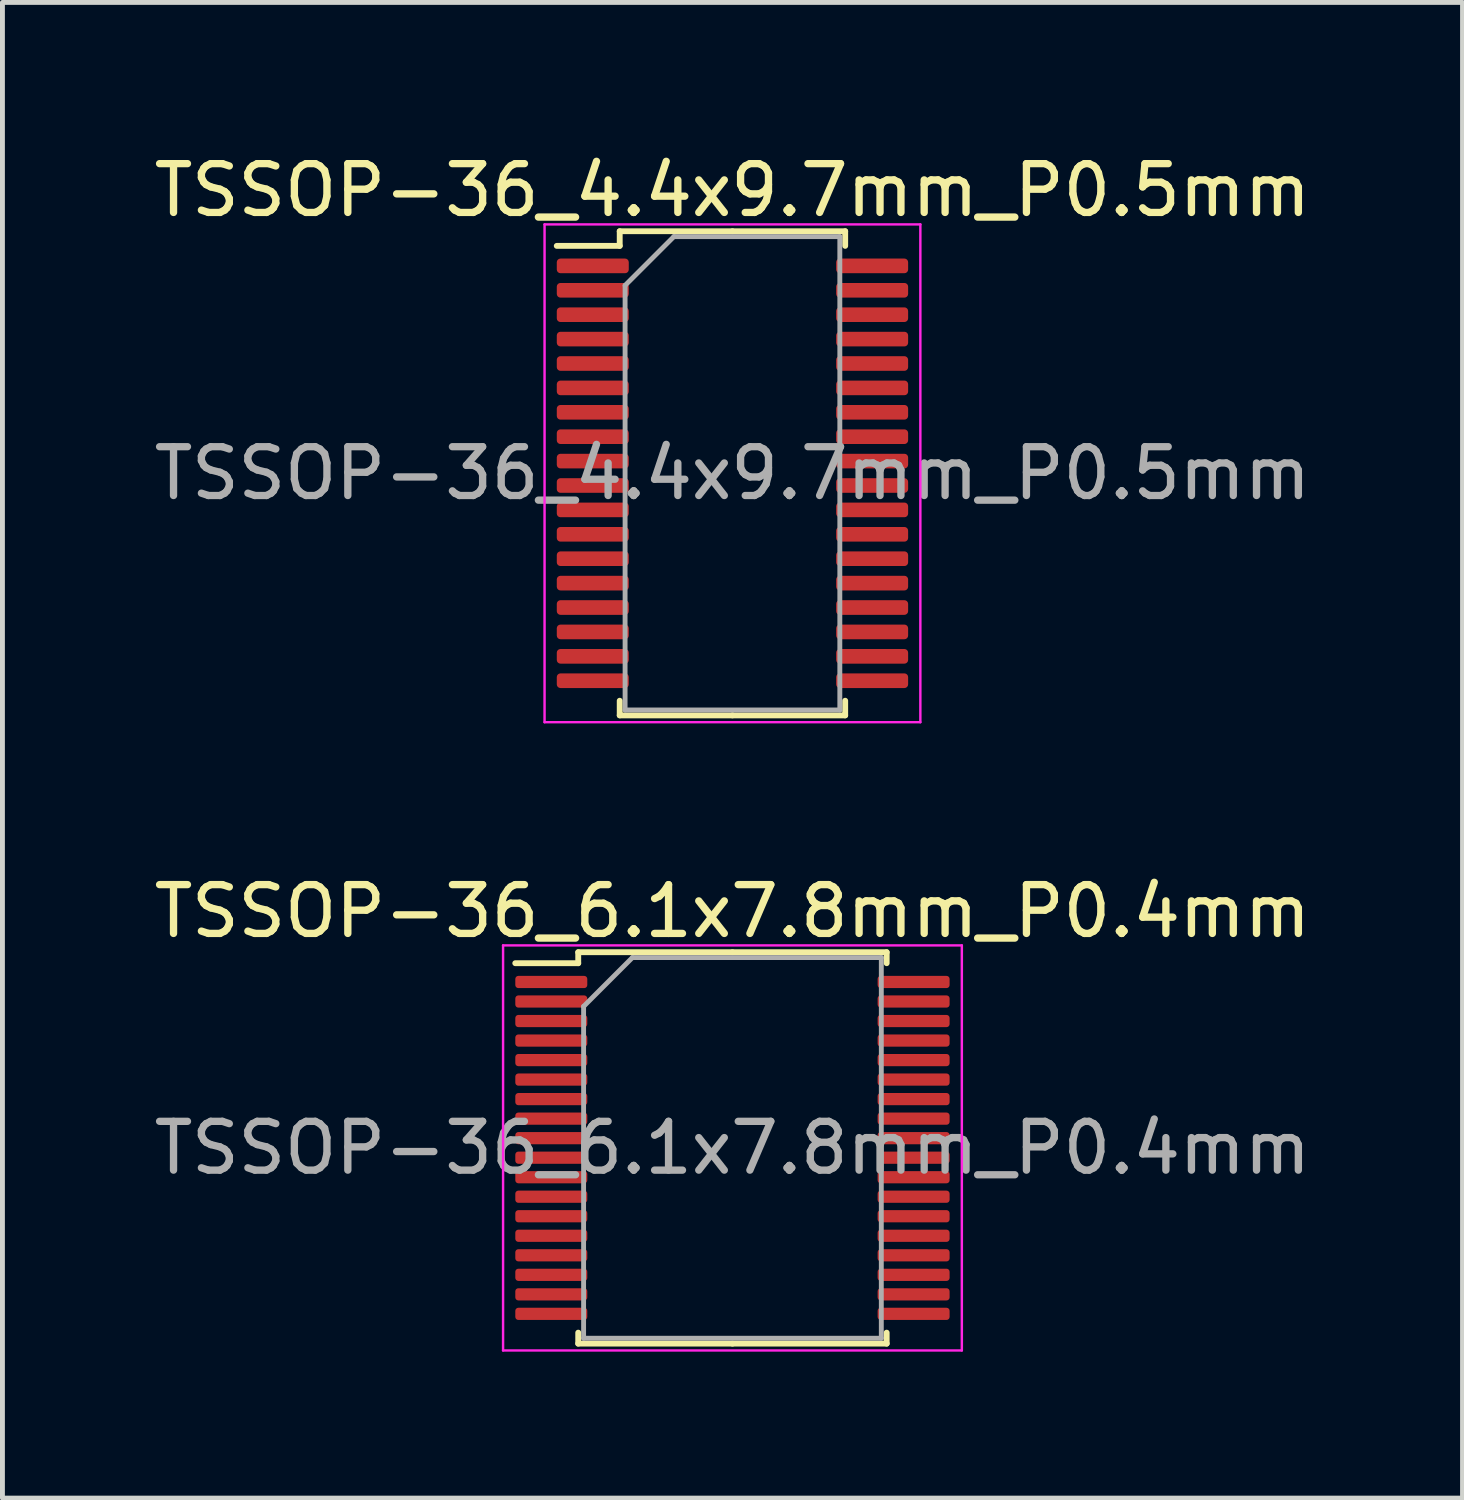
<source format=kicad_pcb>
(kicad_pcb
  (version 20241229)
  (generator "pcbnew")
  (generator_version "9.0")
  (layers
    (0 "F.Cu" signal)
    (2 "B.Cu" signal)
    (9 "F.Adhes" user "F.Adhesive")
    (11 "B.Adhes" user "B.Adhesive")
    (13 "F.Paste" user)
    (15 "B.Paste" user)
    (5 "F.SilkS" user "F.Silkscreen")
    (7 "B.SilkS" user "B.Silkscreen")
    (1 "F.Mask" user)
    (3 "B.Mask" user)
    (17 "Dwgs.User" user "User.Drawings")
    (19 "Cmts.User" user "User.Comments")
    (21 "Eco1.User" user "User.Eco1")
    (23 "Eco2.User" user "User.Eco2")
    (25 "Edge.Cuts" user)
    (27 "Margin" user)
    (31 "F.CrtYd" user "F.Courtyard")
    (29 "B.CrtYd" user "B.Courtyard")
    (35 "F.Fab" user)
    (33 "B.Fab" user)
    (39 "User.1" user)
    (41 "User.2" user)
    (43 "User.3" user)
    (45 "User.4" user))
  (footprint "TSSOP-36_6.1x7.8mm_P0.4mm"
    (layer "F.Cu")
    (at 11.958 20.471)
    (property "Reference" "TSSOP-36_6.1x7.8mm_P0.4mm" (at 0 -4.85 0) (layer "F.SilkS") (effects (font (size 1 1) (thickness 0.15))))
    (attr smd)
    (fp_line (start -3.16 -4.01) (end -3.16 -3.785) (stroke (width 0.12) (type solid)) (layer "F.SilkS"))
    (fp_line (start -3.16 -3.785) (end -4.45 -3.785) (stroke (width 0.12) (type solid)) (layer "F.SilkS"))
    (fp_line (start -3.16 4.01) (end -3.16 3.785) (stroke (width 0.12) (type solid)) (layer "F.SilkS"))
    (fp_line (start 0 -4.01) (end -3.16 -4.01) (stroke (width 0.12) (type solid)) (layer "F.SilkS"))
    (fp_line (start 0 -4.01) (end 3.16 -4.01) (stroke (width 0.12) (type solid)) (layer "F.SilkS"))
    (fp_line (start 0 4.01) (end -3.16 4.01) (stroke (width 0.12) (type solid)) (layer "F.SilkS"))
    (fp_line (start 0 4.01) (end 3.16 4.01) (stroke (width 0.12) (type solid)) (layer "F.SilkS"))
    (fp_line (start 3.16 -4.01) (end 3.16 -3.785) (stroke (width 0.12) (type solid)) (layer "F.SilkS"))
    (fp_line (start 3.16 4.01) (end 3.16 3.785) (stroke (width 0.12) (type solid)) (layer "F.SilkS"))
    (fp_line (start -4.7 -4.15) (end -4.7 4.15) (stroke (width 0.05) (type solid)) (layer "F.CrtYd"))
    (fp_line (start -4.7 4.15) (end 4.7 4.15) (stroke (width 0.05) (type solid)) (layer "F.CrtYd"))
    (fp_line (start 4.7 -4.15) (end -4.7 -4.15) (stroke (width 0.05) (type solid)) (layer "F.CrtYd"))
    (fp_line (start 4.7 4.15) (end 4.7 -4.15) (stroke (width 0.05) (type solid)) (layer "F.CrtYd"))
    (fp_line (start -3.05 -2.9) (end -2.05 -3.9) (stroke (width 0.1) (type solid)) (layer "F.Fab"))
    (fp_line (start -3.05 3.9) (end -3.05 -2.9) (stroke (width 0.1) (type solid)) (layer "F.Fab"))
    (fp_line (start -2.05 -3.9) (end 3.05 -3.9) (stroke (width 0.1) (type solid)) (layer "F.Fab"))
    (fp_line (start 3.05 -3.9) (end 3.05 3.9) (stroke (width 0.1) (type solid)) (layer "F.Fab"))
    (fp_line (start 3.05 3.9) (end -3.05 3.9) (stroke (width 0.1) (type solid)) (layer "F.Fab"))
    (fp_text user "${REFERENCE}" (at 0 0 0) (layer "F.Fab") (effects (font (size 1 1) (thickness 0.15))))
    (pad "1" smd roundrect (at -3.712 -3.4) (size 1.475 0.25) (layers "F.Cu" "F.Mask" "F.Paste") (roundrect_rratio 0.25))
    (pad "2" smd roundrect (at -3.712 -3) (size 1.475 0.25) (layers "F.Cu" "F.Mask" "F.Paste") (roundrect_rratio 0.25))
    (pad "3" smd roundrect (at -3.712 -2.6) (size 1.475 0.25) (layers "F.Cu" "F.Mask" "F.Paste") (roundrect_rratio 0.25))
    (pad "4" smd roundrect (at -3.712 -2.2) (size 1.475 0.25) (layers "F.Cu" "F.Mask" "F.Paste") (roundrect_rratio 0.25))
    (pad "5" smd roundrect (at -3.712 -1.8) (size 1.475 0.25) (layers "F.Cu" "F.Mask" "F.Paste") (roundrect_rratio 0.25))
    (pad "6" smd roundrect (at -3.712 -1.4) (size 1.475 0.25) (layers "F.Cu" "F.Mask" "F.Paste") (roundrect_rratio 0.25))
    (pad "7" smd roundrect (at -3.712 -1) (size 1.475 0.25) (layers "F.Cu" "F.Mask" "F.Paste") (roundrect_rratio 0.25))
    (pad "8" smd roundrect (at -3.712 -0.6) (size 1.475 0.25) (layers "F.Cu" "F.Mask" "F.Paste") (roundrect_rratio 0.25))
    (pad "9" smd roundrect (at -3.712 -0.2) (size 1.475 0.25) (layers "F.Cu" "F.Mask" "F.Paste") (roundrect_rratio 0.25))
    (pad "10" smd roundrect (at -3.712 0.2) (size 1.475 0.25) (layers "F.Cu" "F.Mask" "F.Paste") (roundrect_rratio 0.25))
    (pad "11" smd roundrect (at -3.712 0.6) (size 1.475 0.25) (layers "F.Cu" "F.Mask" "F.Paste") (roundrect_rratio 0.25))
    (pad "12" smd roundrect (at -3.712 1) (size 1.475 0.25) (layers "F.Cu" "F.Mask" "F.Paste") (roundrect_rratio 0.25))
    (pad "13" smd roundrect (at -3.712 1.4) (size 1.475 0.25) (layers "F.Cu" "F.Mask" "F.Paste") (roundrect_rratio 0.25))
    (pad "14" smd roundrect (at -3.712 1.8) (size 1.475 0.25) (layers "F.Cu" "F.Mask" "F.Paste") (roundrect_rratio 0.25))
    (pad "15" smd roundrect (at -3.712 2.2) (size 1.475 0.25) (layers "F.Cu" "F.Mask" "F.Paste") (roundrect_rratio 0.25))
    (pad "16" smd roundrect (at -3.712 2.6) (size 1.475 0.25) (layers "F.Cu" "F.Mask" "F.Paste") (roundrect_rratio 0.25))
    (pad "17" smd roundrect (at -3.712 3) (size 1.475 0.25) (layers "F.Cu" "F.Mask" "F.Paste") (roundrect_rratio 0.25))
    (pad "18" smd roundrect (at -3.712 3.4) (size 1.475 0.25) (layers "F.Cu" "F.Mask" "F.Paste") (roundrect_rratio 0.25))
    (pad "19" smd roundrect (at 3.712 3.4) (size 1.475 0.25) (layers "F.Cu" "F.Mask" "F.Paste") (roundrect_rratio 0.25))
    (pad "20" smd roundrect (at 3.712 3) (size 1.475 0.25) (layers "F.Cu" "F.Mask" "F.Paste") (roundrect_rratio 0.25))
    (pad "21" smd roundrect (at 3.712 2.6) (size 1.475 0.25) (layers "F.Cu" "F.Mask" "F.Paste") (roundrect_rratio 0.25))
    (pad "22" smd roundrect (at 3.712 2.2) (size 1.475 0.25) (layers "F.Cu" "F.Mask" "F.Paste") (roundrect_rratio 0.25))
    (pad "23" smd roundrect (at 3.712 1.8) (size 1.475 0.25) (layers "F.Cu" "F.Mask" "F.Paste") (roundrect_rratio 0.25))
    (pad "24" smd roundrect (at 3.712 1.4) (size 1.475 0.25) (layers "F.Cu" "F.Mask" "F.Paste") (roundrect_rratio 0.25))
    (pad "25" smd roundrect (at 3.712 1) (size 1.475 0.25) (layers "F.Cu" "F.Mask" "F.Paste") (roundrect_rratio 0.25))
    (pad "26" smd roundrect (at 3.712 0.6) (size 1.475 0.25) (layers "F.Cu" "F.Mask" "F.Paste") (roundrect_rratio 0.25))
    (pad "27" smd roundrect (at 3.712 0.2) (size 1.475 0.25) (layers "F.Cu" "F.Mask" "F.Paste") (roundrect_rratio 0.25))
    (pad "28" smd roundrect (at 3.712 -0.2) (size 1.475 0.25) (layers "F.Cu" "F.Mask" "F.Paste") (roundrect_rratio 0.25))
    (pad "29" smd roundrect (at 3.712 -0.6) (size 1.475 0.25) (layers "F.Cu" "F.Mask" "F.Paste") (roundrect_rratio 0.25))
    (pad "30" smd roundrect (at 3.712 -1) (size 1.475 0.25) (layers "F.Cu" "F.Mask" "F.Paste") (roundrect_rratio 0.25))
    (pad "31" smd roundrect (at 3.712 -1.4) (size 1.475 0.25) (layers "F.Cu" "F.Mask" "F.Paste") (roundrect_rratio 0.25))
    (pad "32" smd roundrect (at 3.712 -1.8) (size 1.475 0.25) (layers "F.Cu" "F.Mask" "F.Paste") (roundrect_rratio 0.25))
    (pad "33" smd roundrect (at 3.712 -2.2) (size 1.475 0.25) (layers "F.Cu" "F.Mask" "F.Paste") (roundrect_rratio 0.25))
    (pad "34" smd roundrect (at 3.712 -2.6) (size 1.475 0.25) (layers "F.Cu" "F.Mask" "F.Paste") (roundrect_rratio 0.25))
    (pad "35" smd roundrect (at 3.712 -3) (size 1.475 0.25) (layers "F.Cu" "F.Mask" "F.Paste") (roundrect_rratio 0.25))
    (pad "36" smd roundrect (at 3.712 -3.4) (size 1.475 0.25) (layers "F.Cu" "F.Mask" "F.Paste") (roundrect_rratio 0.25)))
  (footprint "TSSOP-36_4.4x9.7mm_P0.5mm"
    (layer "F.Cu")
    (at 11.958 6.648)
    (property "Reference" "TSSOP-36_4.4x9.7mm_P0.5mm" (at 0 -5.8 0) (layer "F.SilkS") (effects (font (size 1 1) (thickness 0.15))))
    (attr smd)
    (fp_line (start -2.31 -4.96) (end -2.31 -4.66) (stroke (width 0.12) (type solid)) (layer "F.SilkS"))
    (fp_line (start -2.31 -4.66) (end -3.6 -4.66) (stroke (width 0.12) (type solid)) (layer "F.SilkS"))
    (fp_line (start -2.31 4.96) (end -2.31 4.66) (stroke (width 0.12) (type solid)) (layer "F.SilkS"))
    (fp_line (start 0 -4.96) (end -2.31 -4.96) (stroke (width 0.12) (type solid)) (layer "F.SilkS"))
    (fp_line (start 0 -4.96) (end 2.31 -4.96) (stroke (width 0.12) (type solid)) (layer "F.SilkS"))
    (fp_line (start 0 4.96) (end -2.31 4.96) (stroke (width 0.12) (type solid)) (layer "F.SilkS"))
    (fp_line (start 0 4.96) (end 2.31 4.96) (stroke (width 0.12) (type solid)) (layer "F.SilkS"))
    (fp_line (start 2.31 -4.96) (end 2.31 -4.66) (stroke (width 0.12) (type solid)) (layer "F.SilkS"))
    (fp_line (start 2.31 4.96) (end 2.31 4.66) (stroke (width 0.12) (type solid)) (layer "F.SilkS"))
    (fp_line (start -3.85 -5.1) (end -3.85 5.1) (stroke (width 0.05) (type solid)) (layer "F.CrtYd"))
    (fp_line (start -3.85 5.1) (end 3.85 5.1) (stroke (width 0.05) (type solid)) (layer "F.CrtYd"))
    (fp_line (start 3.85 -5.1) (end -3.85 -5.1) (stroke (width 0.05) (type solid)) (layer "F.CrtYd"))
    (fp_line (start 3.85 5.1) (end 3.85 -5.1) (stroke (width 0.05) (type solid)) (layer "F.CrtYd"))
    (fp_line (start -2.2 -3.85) (end -1.2 -4.85) (stroke (width 0.1) (type solid)) (layer "F.Fab"))
    (fp_line (start -2.2 4.85) (end -2.2 -3.85) (stroke (width 0.1) (type solid)) (layer "F.Fab"))
    (fp_line (start -1.2 -4.85) (end 2.2 -4.85) (stroke (width 0.1) (type solid)) (layer "F.Fab"))
    (fp_line (start 2.2 -4.85) (end 2.2 4.85) (stroke (width 0.1) (type solid)) (layer "F.Fab"))
    (fp_line (start 2.2 4.85) (end -2.2 4.85) (stroke (width 0.1) (type solid)) (layer "F.Fab"))
    (fp_text user "${REFERENCE}" (at 0 0 0) (layer "F.Fab") (effects (font (size 1 1) (thickness 0.15))))
    (pad "1" smd roundrect (at -2.862 -4.25) (size 1.475 0.3) (layers "F.Cu" "F.Mask" "F.Paste") (roundrect_rratio 0.25))
    (pad "2" smd roundrect (at -2.862 -3.75) (size 1.475 0.3) (layers "F.Cu" "F.Mask" "F.Paste") (roundrect_rratio 0.25))
    (pad "3" smd roundrect (at -2.862 -3.25) (size 1.475 0.3) (layers "F.Cu" "F.Mask" "F.Paste") (roundrect_rratio 0.25))
    (pad "4" smd roundrect (at -2.862 -2.75) (size 1.475 0.3) (layers "F.Cu" "F.Mask" "F.Paste") (roundrect_rratio 0.25))
    (pad "5" smd roundrect (at -2.862 -2.25) (size 1.475 0.3) (layers "F.Cu" "F.Mask" "F.Paste") (roundrect_rratio 0.25))
    (pad "6" smd roundrect (at -2.862 -1.75) (size 1.475 0.3) (layers "F.Cu" "F.Mask" "F.Paste") (roundrect_rratio 0.25))
    (pad "7" smd roundrect (at -2.862 -1.25) (size 1.475 0.3) (layers "F.Cu" "F.Mask" "F.Paste") (roundrect_rratio 0.25))
    (pad "8" smd roundrect (at -2.862 -0.75) (size 1.475 0.3) (layers "F.Cu" "F.Mask" "F.Paste") (roundrect_rratio 0.25))
    (pad "9" smd roundrect (at -2.862 -0.25) (size 1.475 0.3) (layers "F.Cu" "F.Mask" "F.Paste") (roundrect_rratio 0.25))
    (pad "10" smd roundrect (at -2.862 0.25) (size 1.475 0.3) (layers "F.Cu" "F.Mask" "F.Paste") (roundrect_rratio 0.25))
    (pad "11" smd roundrect (at -2.862 0.75) (size 1.475 0.3) (layers "F.Cu" "F.Mask" "F.Paste") (roundrect_rratio 0.25))
    (pad "12" smd roundrect (at -2.862 1.25) (size 1.475 0.3) (layers "F.Cu" "F.Mask" "F.Paste") (roundrect_rratio 0.25))
    (pad "13" smd roundrect (at -2.862 1.75) (size 1.475 0.3) (layers "F.Cu" "F.Mask" "F.Paste") (roundrect_rratio 0.25))
    (pad "14" smd roundrect (at -2.862 2.25) (size 1.475 0.3) (layers "F.Cu" "F.Mask" "F.Paste") (roundrect_rratio 0.25))
    (pad "15" smd roundrect (at -2.862 2.75) (size 1.475 0.3) (layers "F.Cu" "F.Mask" "F.Paste") (roundrect_rratio 0.25))
    (pad "16" smd roundrect (at -2.862 3.25) (size 1.475 0.3) (layers "F.Cu" "F.Mask" "F.Paste") (roundrect_rratio 0.25))
    (pad "17" smd roundrect (at -2.862 3.75) (size 1.475 0.3) (layers "F.Cu" "F.Mask" "F.Paste") (roundrect_rratio 0.25))
    (pad "18" smd roundrect (at -2.862 4.25) (size 1.475 0.3) (layers "F.Cu" "F.Mask" "F.Paste") (roundrect_rratio 0.25))
    (pad "19" smd roundrect (at 2.862 4.25) (size 1.475 0.3) (layers "F.Cu" "F.Mask" "F.Paste") (roundrect_rratio 0.25))
    (pad "20" smd roundrect (at 2.862 3.75) (size 1.475 0.3) (layers "F.Cu" "F.Mask" "F.Paste") (roundrect_rratio 0.25))
    (pad "21" smd roundrect (at 2.862 3.25) (size 1.475 0.3) (layers "F.Cu" "F.Mask" "F.Paste") (roundrect_rratio 0.25))
    (pad "22" smd roundrect (at 2.862 2.75) (size 1.475 0.3) (layers "F.Cu" "F.Mask" "F.Paste") (roundrect_rratio 0.25))
    (pad "23" smd roundrect (at 2.862 2.25) (size 1.475 0.3) (layers "F.Cu" "F.Mask" "F.Paste") (roundrect_rratio 0.25))
    (pad "24" smd roundrect (at 2.862 1.75) (size 1.475 0.3) (layers "F.Cu" "F.Mask" "F.Paste") (roundrect_rratio 0.25))
    (pad "25" smd roundrect (at 2.862 1.25) (size 1.475 0.3) (layers "F.Cu" "F.Mask" "F.Paste") (roundrect_rratio 0.25))
    (pad "26" smd roundrect (at 2.862 0.75) (size 1.475 0.3) (layers "F.Cu" "F.Mask" "F.Paste") (roundrect_rratio 0.25))
    (pad "27" smd roundrect (at 2.862 0.25) (size 1.475 0.3) (layers "F.Cu" "F.Mask" "F.Paste") (roundrect_rratio 0.25))
    (pad "28" smd roundrect (at 2.862 -0.25) (size 1.475 0.3) (layers "F.Cu" "F.Mask" "F.Paste") (roundrect_rratio 0.25))
    (pad "29" smd roundrect (at 2.862 -0.75) (size 1.475 0.3) (layers "F.Cu" "F.Mask" "F.Paste") (roundrect_rratio 0.25))
    (pad "30" smd roundrect (at 2.862 -1.25) (size 1.475 0.3) (layers "F.Cu" "F.Mask" "F.Paste") (roundrect_rratio 0.25))
    (pad "31" smd roundrect (at 2.862 -1.75) (size 1.475 0.3) (layers "F.Cu" "F.Mask" "F.Paste") (roundrect_rratio 0.25))
    (pad "32" smd roundrect (at 2.862 -2.25) (size 1.475 0.3) (layers "F.Cu" "F.Mask" "F.Paste") (roundrect_rratio 0.25))
    (pad "33" smd roundrect (at 2.862 -2.75) (size 1.475 0.3) (layers "F.Cu" "F.Mask" "F.Paste") (roundrect_rratio 0.25))
    (pad "34" smd roundrect (at 2.862 -3.25) (size 1.475 0.3) (layers "F.Cu" "F.Mask" "F.Paste") (roundrect_rratio 0.25))
    (pad "35" smd roundrect (at 2.862 -3.75) (size 1.475 0.3) (layers "F.Cu" "F.Mask" "F.Paste") (roundrect_rratio 0.25))
    (pad "36" smd roundrect (at 2.862 -4.25) (size 1.475 0.3) (layers "F.Cu" "F.Mask" "F.Paste") (roundrect_rratio 0.25)))
  (gr_rect
    (start -3 -3)
    (end 26.917 27.646)
    (stroke (width 0.1) (type default))
    (fill no)
    (layer "Edge.Cuts")))
</source>
